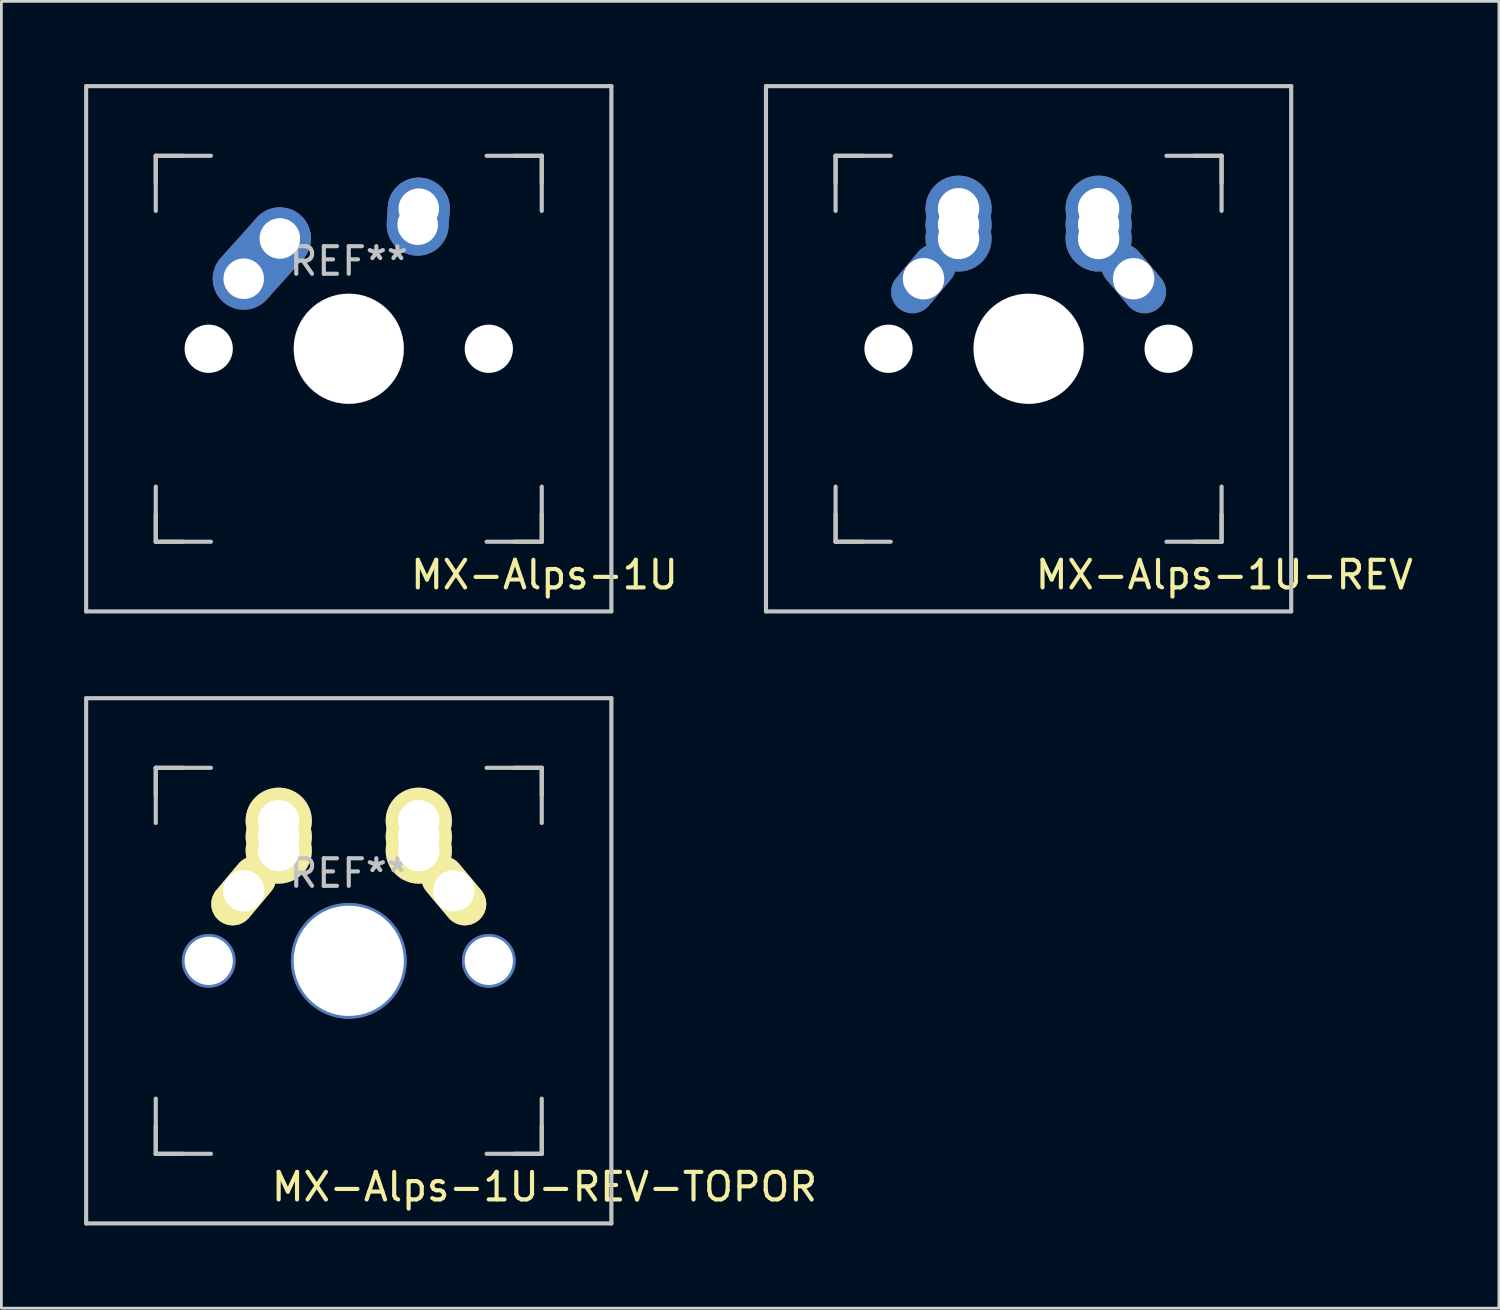
<source format=kicad_pcb>
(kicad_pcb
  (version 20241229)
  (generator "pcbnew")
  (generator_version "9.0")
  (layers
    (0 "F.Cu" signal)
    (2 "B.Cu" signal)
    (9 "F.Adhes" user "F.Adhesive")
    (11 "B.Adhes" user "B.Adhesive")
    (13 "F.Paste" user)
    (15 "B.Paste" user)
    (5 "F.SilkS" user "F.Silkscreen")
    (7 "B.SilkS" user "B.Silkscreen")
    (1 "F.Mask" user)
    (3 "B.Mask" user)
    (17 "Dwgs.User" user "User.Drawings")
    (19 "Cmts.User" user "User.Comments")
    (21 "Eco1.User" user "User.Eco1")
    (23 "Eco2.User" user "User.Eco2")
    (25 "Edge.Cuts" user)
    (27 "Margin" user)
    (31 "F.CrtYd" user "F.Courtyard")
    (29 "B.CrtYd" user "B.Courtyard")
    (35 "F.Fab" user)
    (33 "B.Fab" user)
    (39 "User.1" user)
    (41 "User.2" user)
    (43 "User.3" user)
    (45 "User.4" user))
  (footprint "MX-Alps-1U-REV-TOPOR"
    (layer "F.Cu")
    (at 9.6 31.8)
    (property "Reference" "MX-Alps-1U-REV-TOPOR" (at 7.1 8.2 180) (layer "F.SilkS") (effects (font (size 1 1) (thickness 0.15))))
    (attr through_hole)
    (fp_line (start -9.525 -9.525) (end 9.525 -9.525) (stroke (width 0.15) (type solid)) (layer "Dwgs.User"))
    (fp_line (start -9.525 9.525) (end -9.525 -9.525) (stroke (width 0.15) (type solid)) (layer "Dwgs.User"))
    (fp_line (start -7 -7) (end -7 -5) (stroke (width 0.15) (type solid)) (layer "Dwgs.User"))
    (fp_line (start -7 -7) (end -6 -7) (stroke (width 0.15) (type solid)) (layer "Dwgs.User"))
    (fp_line (start -7 -6) (end -7 -7) (stroke (width 0.15) (type solid)) (layer "Dwgs.User"))
    (fp_line (start -7 6) (end -7 7) (stroke (width 0.15) (type solid)) (layer "Dwgs.User"))
    (fp_line (start -7 7) (end -7 5) (stroke (width 0.15) (type solid)) (layer "Dwgs.User"))
    (fp_line (start -7 7) (end -6 7) (stroke (width 0.15) (type solid)) (layer "Dwgs.User"))
    (fp_line (start -5 -7) (end -7 -7) (stroke (width 0.15) (type solid)) (layer "Dwgs.User"))
    (fp_line (start -5 7) (end -7 7) (stroke (width 0.15) (type solid)) (layer "Dwgs.User"))
    (fp_line (start 5 7) (end 7 7) (stroke (width 0.15) (type solid)) (layer "Dwgs.User"))
    (fp_line (start 6 7) (end 7 7) (stroke (width 0.15) (type solid)) (layer "Dwgs.User"))
    (fp_line (start 7 -7) (end 5 -7) (stroke (width 0.15) (type solid)) (layer "Dwgs.User"))
    (fp_line (start 7 -7) (end 6 -7) (stroke (width 0.15) (type solid)) (layer "Dwgs.User"))
    (fp_line (start 7 -7) (end 7 -6) (stroke (width 0.15) (type solid)) (layer "Dwgs.User"))
    (fp_line (start 7 -5) (end 7 -7) (stroke (width 0.15) (type solid)) (layer "Dwgs.User"))
    (fp_line (start 7 7) (end 7 5) (stroke (width 0.15) (type solid)) (layer "Dwgs.User"))
    (fp_line (start 7 7) (end 7 6) (stroke (width 0.15) (type solid)) (layer "Dwgs.User"))
    (fp_line (start 9.525 -9.525) (end 9.525 9.525) (stroke (width 0.15) (type solid)) (layer "Dwgs.User"))
    (fp_line (start 9.525 9.525) (end -9.525 9.525) (stroke (width 0.15) (type solid)) (layer "Dwgs.User"))
    (fp_text user "REF**" (at 0 -3.175 180) (layer "Dwgs.User") (effects (font (size 1 1) (thickness 0.15))))
    (pad "" np_thru_hole circle (at -5.08 0 48.1) (size 1.95 1.95) (drill 1.75) (layers "*.Cu" "*.Mask"))
    (pad "" np_thru_hole circle (at 0 0 270) (size 4.2 4.2) (drill 4) (layers "*.Cu" "*.Mask"))
    (pad "" np_thru_hole circle (at 5.08 0 180) (size 1.95 1.95) (drill 1.75) (layers "*.Cu" "*.Mask"))
    (pad "1" thru_hole oval (at -3.81 -2.54 50) (size 2.8 1.55) (drill 1.5) (layers "*.Cu" "*.Mask" "F.SilkS"))
    (pad "1" thru_hole circle (at -2.54 -5.08) (size 2.4 2.4) (drill 1.5) (layers "*.Cu" "*.Mask" "F.SilkS"))
    (pad "1" thru_hole circle (at -2.54 -4.5) (size 2.4 2.4) (drill 1.5) (layers "*.Cu" "*.Mask" "F.SilkS"))
    (pad "1" thru_hole circle (at -2.54 -4) (size 2.4 2.4) (drill 1.5) (layers "*.Cu" "*.Mask" "F.SilkS"))
    (pad "2" thru_hole circle (at 2.54 -5.08) (size 2.4 2.4) (drill 1.5) (layers "*.Cu" "*.Mask" "F.SilkS"))
    (pad "2" thru_hole circle (at 2.54 -4.5) (size 2.4 2.4) (drill 1.5) (layers "*.Cu" "*.Mask" "F.SilkS"))
    (pad "2" thru_hole circle (at 2.54 -4) (size 2.4 2.4) (drill 1.5) (layers "*.Cu" "*.Mask" "F.SilkS"))
    (pad "2" thru_hole oval (at 3.81 -2.54 310) (size 2.8 1.55) (drill 1.5) (layers "*.Cu" "*.Mask" "F.SilkS")))
  (footprint "MX-Alps-1U"
    (layer "F.Cu")
    (at 9.6 9.6)
    (property "Reference" "MX-Alps-1U" (at 7.1 8.2 0) (layer "F.SilkS") (effects (font (size 1 1) (thickness 0.15))))
    (attr through_hole)
    (fp_line (start -9.525 -9.525) (end 9.525 -9.525) (stroke (width 0.15) (type solid)) (layer "Dwgs.User"))
    (fp_line (start -9.525 9.525) (end -9.525 -9.525) (stroke (width 0.15) (type solid)) (layer "Dwgs.User"))
    (fp_line (start -7 -7) (end -7 -5) (stroke (width 0.15) (type solid)) (layer "Dwgs.User"))
    (fp_line (start -7 -7) (end -6 -7) (stroke (width 0.15) (type solid)) (layer "Dwgs.User"))
    (fp_line (start -7 -6) (end -7 -7) (stroke (width 0.15) (type solid)) (layer "Dwgs.User"))
    (fp_line (start -7 6) (end -7 7) (stroke (width 0.15) (type solid)) (layer "Dwgs.User"))
    (fp_line (start -7 7) (end -7 5) (stroke (width 0.15) (type solid)) (layer "Dwgs.User"))
    (fp_line (start -7 7) (end -6 7) (stroke (width 0.15) (type solid)) (layer "Dwgs.User"))
    (fp_line (start -5 -7) (end -7 -7) (stroke (width 0.15) (type solid)) (layer "Dwgs.User"))
    (fp_line (start -5 7) (end -7 7) (stroke (width 0.15) (type solid)) (layer "Dwgs.User"))
    (fp_line (start 5 7) (end 7 7) (stroke (width 0.15) (type solid)) (layer "Dwgs.User"))
    (fp_line (start 6 7) (end 7 7) (stroke (width 0.15) (type solid)) (layer "Dwgs.User"))
    (fp_line (start 7 -7) (end 5 -7) (stroke (width 0.15) (type solid)) (layer "Dwgs.User"))
    (fp_line (start 7 -7) (end 6 -7) (stroke (width 0.15) (type solid)) (layer "Dwgs.User"))
    (fp_line (start 7 -7) (end 7 -6) (stroke (width 0.15) (type solid)) (layer "Dwgs.User"))
    (fp_line (start 7 -5) (end 7 -7) (stroke (width 0.15) (type solid)) (layer "Dwgs.User"))
    (fp_line (start 7 7) (end 7 5) (stroke (width 0.15) (type solid)) (layer "Dwgs.User"))
    (fp_line (start 7 7) (end 7 6) (stroke (width 0.15) (type solid)) (layer "Dwgs.User"))
    (fp_line (start 9.525 -9.525) (end 9.525 9.525) (stroke (width 0.15) (type solid)) (layer "Dwgs.User"))
    (fp_line (start 9.525 9.525) (end -9.525 9.525) (stroke (width 0.15) (type solid)) (layer "Dwgs.User"))
    (fp_text user "REF**" (at 0 -3.175 180) (layer "Dwgs.User") (effects (font (size 1 1) (thickness 0.15))))
    (pad "" np_thru_hole circle (at -5.08 0 228.1) (size 1.75 1.75) (drill 1.75) (layers "*.Cu" "*.Mask"))
    (pad "" np_thru_hole circle (at 0 0 180) (size 4 4) (drill 3.988) (layers "*.Cu" "*.Mask"))
    (pad "" np_thru_hole circle (at 5.08 0 228.1) (size 1.75 1.75) (drill 1.75) (layers "*.Cu" "*.Mask"))
    (pad "1" thru_hole oval (at 2.5 -4.5 86.1) (size 2.831 2.25) (drill 1.47 (offset 0.291 0)) (layers "*.Cu" "B.Mask"))
    (pad "1" thru_hole circle (at 2.54 -5.08) (size 2.25 2.25) (drill 1.47) (layers "*.Cu" "B.Mask"))
    (pad "2" thru_hole oval (at -3.81 -2.54 48.1) (size 4.212 2.25) (drill 1.47 (offset 0.981 0)) (layers "*.Cu" "B.Mask"))
    (pad "2" thru_hole circle (at -2.5 -4) (size 2.25 2.25) (drill 1.47) (layers "*.Cu" "B.Mask")))
  (footprint "MX-Alps-1U-REV"
    (layer "F.Cu")
    (at 34.258 9.6)
    (property "Reference" "MX-Alps-1U-REV" (at 7.1 8.2 0) (layer "F.SilkS") (effects (font (size 1 1) (thickness 0.15))))
    (attr through_hole)
    (fp_line (start -9.525 -9.525) (end 9.525 -9.525) (stroke (width 0.15) (type solid)) (layer "Dwgs.User"))
    (fp_line (start -9.525 9.525) (end -9.525 -9.525) (stroke (width 0.15) (type solid)) (layer "Dwgs.User"))
    (fp_line (start -7 -7) (end -7 -5) (stroke (width 0.15) (type solid)) (layer "Dwgs.User"))
    (fp_line (start -7 -7) (end -6 -7) (stroke (width 0.15) (type solid)) (layer "Dwgs.User"))
    (fp_line (start -7 -6) (end -7 -7) (stroke (width 0.15) (type solid)) (layer "Dwgs.User"))
    (fp_line (start -7 6) (end -7 7) (stroke (width 0.15) (type solid)) (layer "Dwgs.User"))
    (fp_line (start -7 7) (end -7 5) (stroke (width 0.15) (type solid)) (layer "Dwgs.User"))
    (fp_line (start -7 7) (end -6 7) (stroke (width 0.15) (type solid)) (layer "Dwgs.User"))
    (fp_line (start -5 -7) (end -7 -7) (stroke (width 0.15) (type solid)) (layer "Dwgs.User"))
    (fp_line (start -5 7) (end -7 7) (stroke (width 0.15) (type solid)) (layer "Dwgs.User"))
    (fp_line (start 5 7) (end 7 7) (stroke (width 0.15) (type solid)) (layer "Dwgs.User"))
    (fp_line (start 6 7) (end 7 7) (stroke (width 0.15) (type solid)) (layer "Dwgs.User"))
    (fp_line (start 7 -7) (end 5 -7) (stroke (width 0.15) (type solid)) (layer "Dwgs.User"))
    (fp_line (start 7 -7) (end 6 -7) (stroke (width 0.15) (type solid)) (layer "Dwgs.User"))
    (fp_line (start 7 -7) (end 7 -6) (stroke (width 0.15) (type solid)) (layer "Dwgs.User"))
    (fp_line (start 7 -5) (end 7 -7) (stroke (width 0.15) (type solid)) (layer "Dwgs.User"))
    (fp_line (start 7 7) (end 7 5) (stroke (width 0.15) (type solid)) (layer "Dwgs.User"))
    (fp_line (start 7 7) (end 7 6) (stroke (width 0.15) (type solid)) (layer "Dwgs.User"))
    (fp_line (start 9.525 -9.525) (end 9.525 9.525) (stroke (width 0.15) (type solid)) (layer "Dwgs.User"))
    (fp_line (start 9.525 9.525) (end -9.525 9.525) (stroke (width 0.15) (type solid)) (layer "Dwgs.User"))
    (pad "" np_thru_hole circle (at -5.08 0 48.1) (size 1.75 1.75) (drill 1.75) (layers "*.Cu" "*.Mask"))
    (pad "" np_thru_hole circle (at 0 0 270) (size 4 4) (drill 4) (layers "*.Cu" "*.Mask"))
    (pad "" np_thru_hole circle (at 5.08 0 180) (size 1.75 1.75) (drill 1.75) (layers "*.Cu" "*.Mask"))
    (pad "1" thru_hole oval (at -3.81 -2.54 50) (size 2.8 1.55) (drill 1.5) (layers "*.Cu" "*.Mask"))
    (pad "1" thru_hole circle (at -2.54 -5.08) (size 2.4 2.4) (drill 1.5) (layers "*.Cu" "*.Mask"))
    (pad "1" thru_hole circle (at -2.54 -4.5) (size 2.4 2.4) (drill 1.5) (layers "*.Cu" "*.Mask"))
    (pad "1" thru_hole circle (at -2.54 -4) (size 2.4 2.4) (drill 1.5) (layers "*.Cu" "*.Mask"))
    (pad "2" thru_hole circle (at 2.54 -5.08) (size 2.4 2.4) (drill 1.5) (layers "*.Cu" "*.Mask"))
    (pad "2" thru_hole circle (at 2.54 -4.5) (size 2.4 2.4) (drill 1.5) (layers "*.Cu" "*.Mask"))
    (pad "2" thru_hole circle (at 2.54 -4) (size 2.4 2.4) (drill 1.5) (layers "*.Cu" "*.Mask"))
    (pad "2" thru_hole oval (at 3.81 -2.54 310) (size 2.8 1.55) (drill 1.5) (layers "*.Cu" "*.Mask")))
  (gr_rect
    (start -3 -3)
    (end 51.317 44.4)
    (stroke (width 0.1) (type default))
    (fill no)
    (layer "Edge.Cuts")))
</source>
